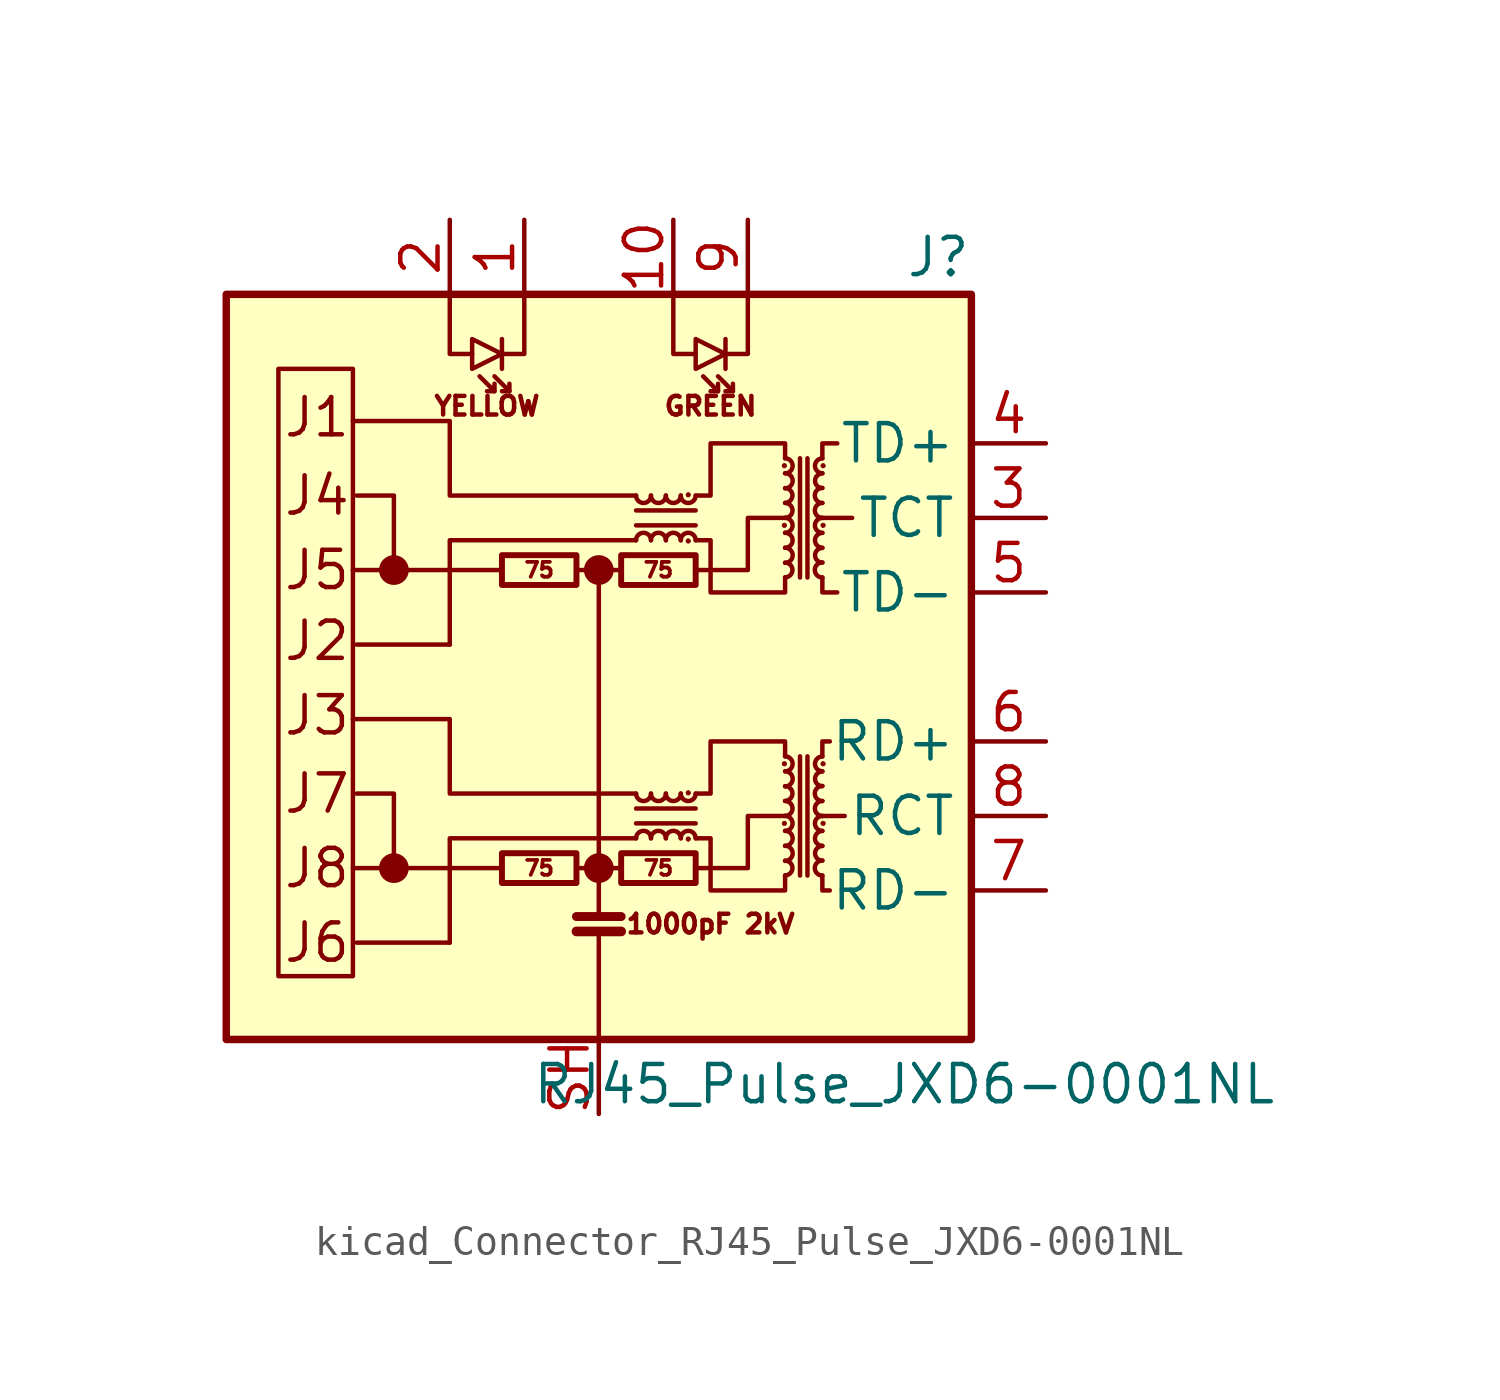
<source format=kicad_sym>
(kicad_symbol_lib
  (version 20220914)
  (generator kicad_symbol_editor)
  (symbol "kicad_Connector_RJ45_Pulse_JXD6-0001NL"
    (property "Reference" "J"
      (at 12.7 13.97 0)
      (effects (font (size 1.27 1.27)) (justify right)))
    (property "Value" "RJ45_Pulse_JXD6-0001NL"
      (at 10.414 -14.224 0)
      (effects (font (size 1.27 1.27))))
    (symbol "kicad_Connector_RJ45_Pulse_JXD6-0001NL_0_0"
      (rectangle (start -12.7 12.7) (end 12.7 -12.7) (stroke (width 0.254) (type default)) (fill (type background)))
      (circle (center -6.985 -6.858) (radius 0.0001) (stroke (width 0.508) (type default)) (fill (type none)))
      (circle (center -6.985 3.302) (radius 0.0001) (stroke (width 0.508) (type default)) (fill (type none)))
      (circle (center 0 -6.858) (radius 0.0001) (stroke (width 0.508) (type default)) (fill (type none)))
      (polyline (pts (xy -3.302 -6.858) (xy -8.382 -6.858)) (stroke (width 0) (type default)) (fill (type none)))
      (polyline (pts (xy -3.302 3.302) (xy -8.382 3.302)) (stroke (width 0) (type default)) (fill (type none)))
      (polyline (pts (xy 8.382 -5.08) (xy 7.62 -5.08)) (stroke (width 0) (type default)) (fill (type none)))
      (polyline (pts (xy 8.636 5.08) (xy 7.62 5.08)) (stroke (width 0) (type default)) (fill (type none)))
      (polyline (pts (xy 1.27 -4.318) (xy -5.08 -4.318) (xy -5.08 -1.778) (xy -8.382 -1.778)) (stroke (width 0) (type default)) (fill (type none)))
      (polyline (pts (xy 1.27 5.842) (xy -5.08 5.842) (xy -5.08 8.382) (xy -8.382 8.382)) (stroke (width 0) (type default)) (fill (type none)))
      (polyline (pts (xy 3.302 -6.858) (xy 5.08 -6.858) (xy 5.08 -5.08) (xy 6.35 -5.08)) (stroke (width 0) (type default)) (fill (type none)))
      (polyline (pts (xy 3.302 3.302) (xy 5.08 3.302) (xy 5.08 5.08) (xy 6.35 5.08)) (stroke (width 0) (type default)) (fill (type none)))
      (circle (center 0 3.302) (radius 0.0001) (stroke (width 0.508) (type default)) (fill (type none)))
      (text "1000pF 2kV" (at 3.81 -8.763 0) (effects (font (size 0.635 0.635))))
      (text "GREEN" (at 3.81 8.89 0) (effects (font (size 0.635 0.635))))
      (text "J1" (at -10.795 8.509 0) (effects (font (size 1.27 1.27)) (justify left)))
      (text "J2" (at -10.795 0.889 0) (effects (font (size 1.27 1.27)) (justify left)))
      (text "J3" (at -10.795 -1.651 0) (effects (font (size 1.27 1.27)) (justify left)))
      (text "J4" (at -10.795 5.842 0) (effects (font (size 1.27 1.27)) (justify left)))
      (text "J5" (at -10.795 3.302 0) (effects (font (size 1.27 1.27)) (justify left)))
      (text "J6" (at -10.795 -9.398 0) (effects (font (size 1.27 1.27)) (justify left)))
      (text "J7" (at -10.795 -4.318 0) (effects (font (size 1.27 1.27)) (justify left)))
      (text "J8" (at -10.795 -6.858 0) (effects (font (size 1.27 1.27)) (justify left)))
      (text "YELLOW" (at -3.81 8.89 0) (effects (font (size 0.635 0.635)))))
    (symbol "kicad_Connector_RJ45_Pulse_JXD6-0001NL_0_1"
      (rectangle (start -8.382 -10.541) (end -10.922 10.16) (stroke (width 0) (type default)) (fill (type none)))
      (rectangle (start -3.302 -7.366) (end -0.762 -6.35) (stroke (width 0.203) (type default)) (fill (type none)))
      (rectangle (start -3.302 2.794) (end -0.762 3.81) (stroke (width 0.203) (type default)) (fill (type none)))
      (polyline (pts (xy -5.08 -9.398) (xy -8.255 -9.398)) (stroke (width 0) (type default)) (fill (type none)))
      (polyline (pts (xy -5.08 0.762) (xy -8.255 0.762)) (stroke (width 0) (type default)) (fill (type none)))
      (polyline (pts (xy -3.556 9.398) (xy -4.064 9.906)) (stroke (width 0) (type default)) (fill (type none)))
      (polyline (pts (xy -3.302 11.176) (xy -3.302 10.16)) (stroke (width 0) (type default)) (fill (type none)))
      (polyline (pts (xy -3.048 9.398) (xy -3.556 9.906)) (stroke (width 0) (type default)) (fill (type none)))
      (polyline (pts (xy -0.762 -9.017) (xy 0.762 -9.017)) (stroke (width 0.33) (type default)) (fill (type none)))
      (polyline (pts (xy -0.762 -8.509) (xy 0.762 -8.509)) (stroke (width 0.305) (type default)) (fill (type none)))
      (polyline (pts (xy 0 -9.017) (xy 0 -12.7)) (stroke (width 0) (type default)) (fill (type none)))
      (polyline (pts (xy 0 3.302) (xy -0.762 3.302)) (stroke (width 0) (type default)) (fill (type none)))
      (polyline (pts (xy 0.762 -6.858) (xy -0.762 -6.858)) (stroke (width 0) (type default)) (fill (type none)))
      (polyline (pts (xy 1.27 -5.334) (xy 3.302 -5.334)) (stroke (width 0) (type default)) (fill (type none)))
      (polyline (pts (xy 1.27 4.826) (xy 3.302 4.826)) (stroke (width 0) (type default)) (fill (type none)))
      (polyline (pts (xy 3.302 -4.826) (xy 1.27 -4.826)) (stroke (width 0) (type default)) (fill (type none)))
      (polyline (pts (xy 3.302 5.334) (xy 1.27 5.334)) (stroke (width 0) (type default)) (fill (type none)))
      (polyline (pts (xy 4.064 9.398) (xy 3.556 9.906)) (stroke (width 0) (type default)) (fill (type none)))
      (polyline (pts (xy 4.318 11.176) (xy 4.318 10.16)) (stroke (width 0) (type default)) (fill (type none)))
      (polyline (pts (xy 4.572 9.398) (xy 4.064 9.906)) (stroke (width 0) (type default)) (fill (type none)))
      (polyline (pts (xy 6.858 -3.048) (xy 6.858 -7.112)) (stroke (width 0) (type default)) (fill (type none)))
      (polyline (pts (xy 6.858 7.112) (xy 6.858 3.048)) (stroke (width 0) (type default)) (fill (type none)))
      (polyline (pts (xy 7.112 -7.112) (xy 7.112 -3.048)) (stroke (width 0) (type default)) (fill (type none)))
      (polyline (pts (xy 7.112 3.048) (xy 7.112 7.112)) (stroke (width 0) (type default)) (fill (type none)))
      (polyline (pts (xy -6.985 -6.858) (xy -6.985 -4.318) (xy -8.255 -4.318)) (stroke (width 0) (type default)) (fill (type none)))
      (polyline (pts (xy -6.985 3.302) (xy -6.985 5.842) (xy -8.255 5.842)) (stroke (width 0) (type default)) (fill (type none)))
      (polyline (pts (xy -5.08 12.7) (xy -5.08 10.668) (xy -4.318 10.668)) (stroke (width 0) (type default)) (fill (type none)))
      (polyline (pts (xy -3.556 9.652) (xy -3.556 9.398) (xy -3.81 9.398)) (stroke (width 0) (type default)) (fill (type none)))
      (polyline (pts (xy -3.048 9.652) (xy -3.048 9.398) (xy -3.302 9.398)) (stroke (width 0) (type default)) (fill (type none)))
      (polyline (pts (xy -2.54 12.7) (xy -2.54 10.668) (xy -3.302 10.668)) (stroke (width 0) (type default)) (fill (type none)))
      (polyline (pts (xy 0 -8.509) (xy 0 3.302) (xy 0.635 3.302)) (stroke (width 0) (type default)) (fill (type none)))
      (polyline (pts (xy 1.27 -5.842) (xy -5.08 -5.842) (xy -5.08 -9.398)) (stroke (width 0) (type default)) (fill (type none)))
      (polyline (pts (xy 1.27 4.318) (xy -5.08 4.318) (xy -5.08 0.762)) (stroke (width 0) (type default)) (fill (type none)))
      (polyline (pts (xy 2.54 12.7) (xy 2.54 10.668) (xy 3.302 10.668)) (stroke (width 0) (type default)) (fill (type none)))
      (polyline (pts (xy 4.064 9.652) (xy 4.064 9.398) (xy 3.81 9.398)) (stroke (width 0) (type default)) (fill (type none)))
      (polyline (pts (xy 4.572 9.652) (xy 4.572 9.398) (xy 4.318 9.398)) (stroke (width 0) (type default)) (fill (type none)))
      (polyline (pts (xy 5.08 12.7) (xy 5.08 10.668) (xy 4.318 10.668)) (stroke (width 0) (type default)) (fill (type none)))
      (polyline (pts (xy 7.62 -7.112) (xy 7.62 -7.62) (xy 7.874 -7.62)) (stroke (width 0) (type default)) (fill (type none)))
      (polyline (pts (xy 7.62 -3.048) (xy 7.62 -2.54) (xy 7.874 -2.54)) (stroke (width 0) (type default)) (fill (type none)))
      (polyline (pts (xy 7.62 3.048) (xy 7.62 2.54) (xy 8.128 2.54)) (stroke (width 0) (type default)) (fill (type none)))
      (polyline (pts (xy 7.62 7.112) (xy 7.62 7.62) (xy 8.128 7.62)) (stroke (width 0) (type default)) (fill (type none)))
      (polyline (pts (xy -3.302 10.668) (xy -4.318 11.176) (xy -4.318 10.16) (xy -3.302 10.668)) (stroke (width 0) (type default)) (fill (type none)))
      (polyline (pts (xy 4.318 10.668) (xy 3.302 11.176) (xy 3.302 10.16) (xy 4.318 10.668)) (stroke (width 0) (type default)) (fill (type none)))
      (polyline (pts (xy 3.302 -4.318) (xy 3.81 -4.318) (xy 3.81 -2.54) (xy 6.35 -2.54) (xy 6.35 -3.048)) (stroke (width 0) (type default)) (fill (type none)))
      (polyline (pts (xy 3.302 5.842) (xy 3.81 5.842) (xy 3.81 7.62) (xy 6.35 7.62) (xy 6.35 7.112)) (stroke (width 0) (type default)) (fill (type none)))
      (polyline (pts (xy 6.35 -7.112) (xy 6.35 -7.62) (xy 3.81 -7.62) (xy 3.81 -5.842) (xy 3.302 -5.842)) (stroke (width 0) (type default)) (fill (type none)))
      (polyline (pts (xy 6.35 3.048) (xy 6.35 2.54) (xy 3.81 2.54) (xy 3.81 4.318) (xy 3.302 4.318)) (stroke (width 0) (type default)) (fill (type none)))
      (rectangle (start 0.762 -7.366) (end 3.302 -6.35) (stroke (width 0.203) (type default)) (fill (type none)))
      (rectangle (start 0.762 2.794) (end 3.302 3.81) (stroke (width 0.203) (type default)) (fill (type none)))
      (arc (start 1.27 -4.318) (mid 1.524 -4.5709) (end 1.778 -4.318) (stroke (width 0) (type default)) (fill (type none)))
      (arc (start 1.27 5.842) (mid 1.524 5.5891) (end 1.778 5.842) (stroke (width 0) (type default)) (fill (type none)))
      (arc (start 1.778 -5.842) (mid 1.524 -5.5891) (end 1.27 -5.842) (stroke (width 0) (type default)) (fill (type none)))
      (arc (start 1.778 -4.318) (mid 2.032 -4.5709) (end 2.286 -4.318) (stroke (width 0) (type default)) (fill (type none)))
      (arc (start 1.778 4.318) (mid 1.524 4.5709) (end 1.27 4.318) (stroke (width 0) (type default)) (fill (type none)))
      (arc (start 1.778 5.842) (mid 2.032 5.5891) (end 2.286 5.842) (stroke (width 0) (type default)) (fill (type none)))
      (arc (start 2.286 -5.842) (mid 2.032 -5.5891) (end 1.778 -5.842) (stroke (width 0) (type default)) (fill (type none)))
      (arc (start 2.286 -4.318) (mid 2.54 -4.5709) (end 2.794 -4.318) (stroke (width 0) (type default)) (fill (type none)))
      (arc (start 2.286 4.318) (mid 2.032 4.5709) (end 1.778 4.318) (stroke (width 0) (type default)) (fill (type none)))
      (arc (start 2.286 5.842) (mid 2.54 5.5891) (end 2.794 5.842) (stroke (width 0) (type default)) (fill (type none)))
      (arc (start 2.794 -5.842) (mid 2.54 -5.5891) (end 2.286 -5.842) (stroke (width 0) (type default)) (fill (type none)))
      (arc (start 2.794 -4.318) (mid 3.048 -4.5709) (end 3.302 -4.318) (stroke (width 0) (type default)) (fill (type none)))
      (arc (start 2.794 4.318) (mid 2.54 4.5709) (end 2.286 4.318) (stroke (width 0) (type default)) (fill (type none)))
      (arc (start 2.794 5.842) (mid 3.048 5.5891) (end 3.302 5.842) (stroke (width 0) (type default)) (fill (type none)))
      (circle (center 3.048 -5.867) (radius 0.076) (stroke (width 0.025) (type default)) (fill (type outline)))
      (circle (center 3.048 -4.293) (radius 0.076) (stroke (width 0.025) (type default)) (fill (type outline)))
      (circle (center 3.048 4.293) (radius 0.076) (stroke (width 0.025) (type default)) (fill (type outline)))
      (circle (center 3.048 5.867) (radius 0.076) (stroke (width 0.025) (type default)) (fill (type outline)))
      (arc (start 3.302 -5.842) (mid 3.048 -5.5891) (end 2.794 -5.842) (stroke (width 0) (type default)) (fill (type none)))
      (arc (start 3.302 4.318) (mid 3.048 4.5709) (end 2.794 4.318) (stroke (width 0) (type default)) (fill (type none)))
      (circle (center 6.325 -5.334) (radius 0.076) (stroke (width 0.025) (type default)) (fill (type outline)))
      (circle (center 6.325 -3.302) (radius 0.076) (stroke (width 0.025) (type default)) (fill (type outline)))
      (circle (center 6.325 4.826) (radius 0.076) (stroke (width 0.025) (type default)) (fill (type outline)))
      (circle (center 6.325 6.858) (radius 0.076) (stroke (width 0.025) (type default)) (fill (type outline)))
      (arc (start 6.35 -7.112) (mid 6.6029 -6.858) (end 6.35 -6.604) (stroke (width 0) (type default)) (fill (type none)))
      (arc (start 6.35 -6.604) (mid 6.6029 -6.35) (end 6.35 -6.096) (stroke (width 0) (type default)) (fill (type none)))
      (arc (start 6.35 -6.096) (mid 6.6029 -5.842) (end 6.35 -5.588) (stroke (width 0) (type default)) (fill (type none)))
      (arc (start 6.35 -5.588) (mid 6.6029 -5.334) (end 6.35 -5.08) (stroke (width 0) (type default)) (fill (type none)))
      (arc (start 6.35 -5.08) (mid 6.6029 -4.826) (end 6.35 -4.572) (stroke (width 0) (type default)) (fill (type none)))
      (arc (start 6.35 -4.572) (mid 6.6029 -4.318) (end 6.35 -4.064) (stroke (width 0) (type default)) (fill (type none)))
      (arc (start 6.35 -4.064) (mid 6.6029 -3.81) (end 6.35 -3.556) (stroke (width 0) (type default)) (fill (type none)))
      (arc (start 6.35 -3.556) (mid 6.6029 -3.302) (end 6.35 -3.048) (stroke (width 0) (type default)) (fill (type none)))
      (arc (start 6.35 3.048) (mid 6.6029 3.302) (end 6.35 3.556) (stroke (width 0) (type default)) (fill (type none)))
      (arc (start 6.35 3.556) (mid 6.6029 3.81) (end 6.35 4.064) (stroke (width 0) (type default)) (fill (type none)))
      (arc (start 6.35 4.064) (mid 6.6029 4.318) (end 6.35 4.572) (stroke (width 0) (type default)) (fill (type none)))
      (arc (start 6.35 4.572) (mid 6.6029 4.826) (end 6.35 5.08) (stroke (width 0) (type default)) (fill (type none)))
      (arc (start 6.35 5.08) (mid 6.6029 5.334) (end 6.35 5.588) (stroke (width 0) (type default)) (fill (type none)))
      (arc (start 6.35 5.588) (mid 6.6029 5.842) (end 6.35 6.096) (stroke (width 0) (type default)) (fill (type none)))
      (arc (start 6.35 6.096) (mid 6.6029 6.35) (end 6.35 6.604) (stroke (width 0) (type default)) (fill (type none)))
      (arc (start 6.35 6.604) (mid 6.6029 6.858) (end 6.35 7.112) (stroke (width 0) (type default)) (fill (type none)))
      (arc (start 7.62 -6.604) (mid 7.3671 -6.858) (end 7.62 -7.112) (stroke (width 0) (type default)) (fill (type none)))
      (arc (start 7.62 -6.096) (mid 7.3671 -6.35) (end 7.62 -6.604) (stroke (width 0) (type default)) (fill (type none)))
      (arc (start 7.62 -5.588) (mid 7.3671 -5.842) (end 7.62 -6.096) (stroke (width 0) (type default)) (fill (type none)))
      (arc (start 7.62 -5.08) (mid 7.3671 -5.334) (end 7.62 -5.588) (stroke (width 0) (type default)) (fill (type none)))
      (arc (start 7.62 -4.572) (mid 7.3671 -4.826) (end 7.62 -5.08) (stroke (width 0) (type default)) (fill (type none)))
      (arc (start 7.62 -4.064) (mid 7.3671 -4.318) (end 7.62 -4.572) (stroke (width 0) (type default)) (fill (type none)))
      (arc (start 7.62 -3.556) (mid 7.3671 -3.81) (end 7.62 -4.064) (stroke (width 0) (type default)) (fill (type none)))
      (arc (start 7.62 -3.048) (mid 7.3671 -3.302) (end 7.62 -3.556) (stroke (width 0) (type default)) (fill (type none)))
      (arc (start 7.62 3.556) (mid 7.3671 3.302) (end 7.62 3.048) (stroke (width 0) (type default)) (fill (type none)))
      (arc (start 7.62 4.064) (mid 7.3671 3.81) (end 7.62 3.556) (stroke (width 0) (type default)) (fill (type none)))
      (arc (start 7.62 4.572) (mid 7.3671 4.318) (end 7.62 4.064) (stroke (width 0) (type default)) (fill (type none)))
      (arc (start 7.62 5.08) (mid 7.3671 4.826) (end 7.62 4.572) (stroke (width 0) (type default)) (fill (type none)))
      (arc (start 7.62 5.588) (mid 7.3671 5.334) (end 7.62 5.08) (stroke (width 0) (type default)) (fill (type none)))
      (arc (start 7.62 6.096) (mid 7.3671 5.842) (end 7.62 5.588) (stroke (width 0) (type default)) (fill (type none)))
      (arc (start 7.62 6.604) (mid 7.3671 6.35) (end 7.62 6.096) (stroke (width 0) (type default)) (fill (type none)))
      (arc (start 7.62 7.112) (mid 7.3671 6.858) (end 7.62 6.604) (stroke (width 0) (type default)) (fill (type none)))
      (circle (center 7.645 -5.334) (radius 0.076) (stroke (width 0.025) (type default)) (fill (type outline)))
      (circle (center 7.645 -3.302) (radius 0.076) (stroke (width 0.025) (type default)) (fill (type outline)))
      (circle (center 7.645 4.826) (radius 0.076) (stroke (width 0.025) (type default)) (fill (type outline)))
      (circle (center 7.645 6.858) (radius 0.076) (stroke (width 0.025) (type default)) (fill (type outline))))
    (symbol "kicad_Connector_RJ45_Pulse_JXD6-0001NL_1_0"
      (text "75" (at -2.032 -6.858 0) (effects (font (size 0.508 0.508))))
      (text "75" (at -2.032 3.302 0) (effects (font (size 0.508 0.508))))
      (text "75" (at 2.032 -6.858 0) (effects (font (size 0.508 0.508))))
      (text "75" (at 2.032 3.302 0) (effects (font (size 0.508 0.508)))))
    (symbol "kicad_Connector_RJ45_Pulse_JXD6-0001NL_1_1"
      (pin passive line (at -2.54 15.24 270) (length 2.54) (name "~" (effects (font (size 1.27 1.27)))) (number "1" (effects (font (size 1.27 1.27)))))
      (pin passive line (at 2.54 15.24 270) (length 2.54) (name "~" (effects (font (size 1.27 1.27)))) (number "10" (effects (font (size 1.27 1.27)))))
      (pin passive line (at -5.08 15.24 270) (length 2.54) (name "~" (effects (font (size 1.27 1.27)))) (number "2" (effects (font (size 1.27 1.27)))))
      (pin passive line (at 15.24 5.08 180) (length 2.54) (name "TCT" (effects (font (size 1.27 1.27)))) (number "3" (effects (font (size 1.27 1.27)))))
      (pin passive line (at 15.24 7.62 180) (length 2.54) (name "TD+" (effects (font (size 1.27 1.27)))) (number "4" (effects (font (size 1.27 1.27)))))
      (pin passive line (at 15.24 2.54 180) (length 2.54) (name "TD-" (effects (font (size 1.27 1.27)))) (number "5" (effects (font (size 1.27 1.27)))))
      (pin passive line (at 15.24 -2.54 180) (length 2.54) (name "RD+" (effects (font (size 1.27 1.27)))) (number "6" (effects (font (size 1.27 1.27)))))
      (pin passive line (at 15.24 -7.62 180) (length 2.54) (name "RD-" (effects (font (size 1.27 1.27)))) (number "7" (effects (font (size 1.27 1.27)))))
      (pin passive line (at 15.24 -5.08 180) (length 2.54) (name "RCT" (effects (font (size 1.27 1.27)))) (number "8" (effects (font (size 1.27 1.27)))))
      (pin passive line (at 5.08 15.24 270) (length 2.54) (name "~" (effects (font (size 1.27 1.27)))) (number "9" (effects (font (size 1.27 1.27)))))
      (pin passive line (at 0 -15.24 90) (length 2.54) (name "~" (effects (font (size 1.27 1.27)))) (number "SH" (effects (font (size 1.27 1.27))))))))
</source>
